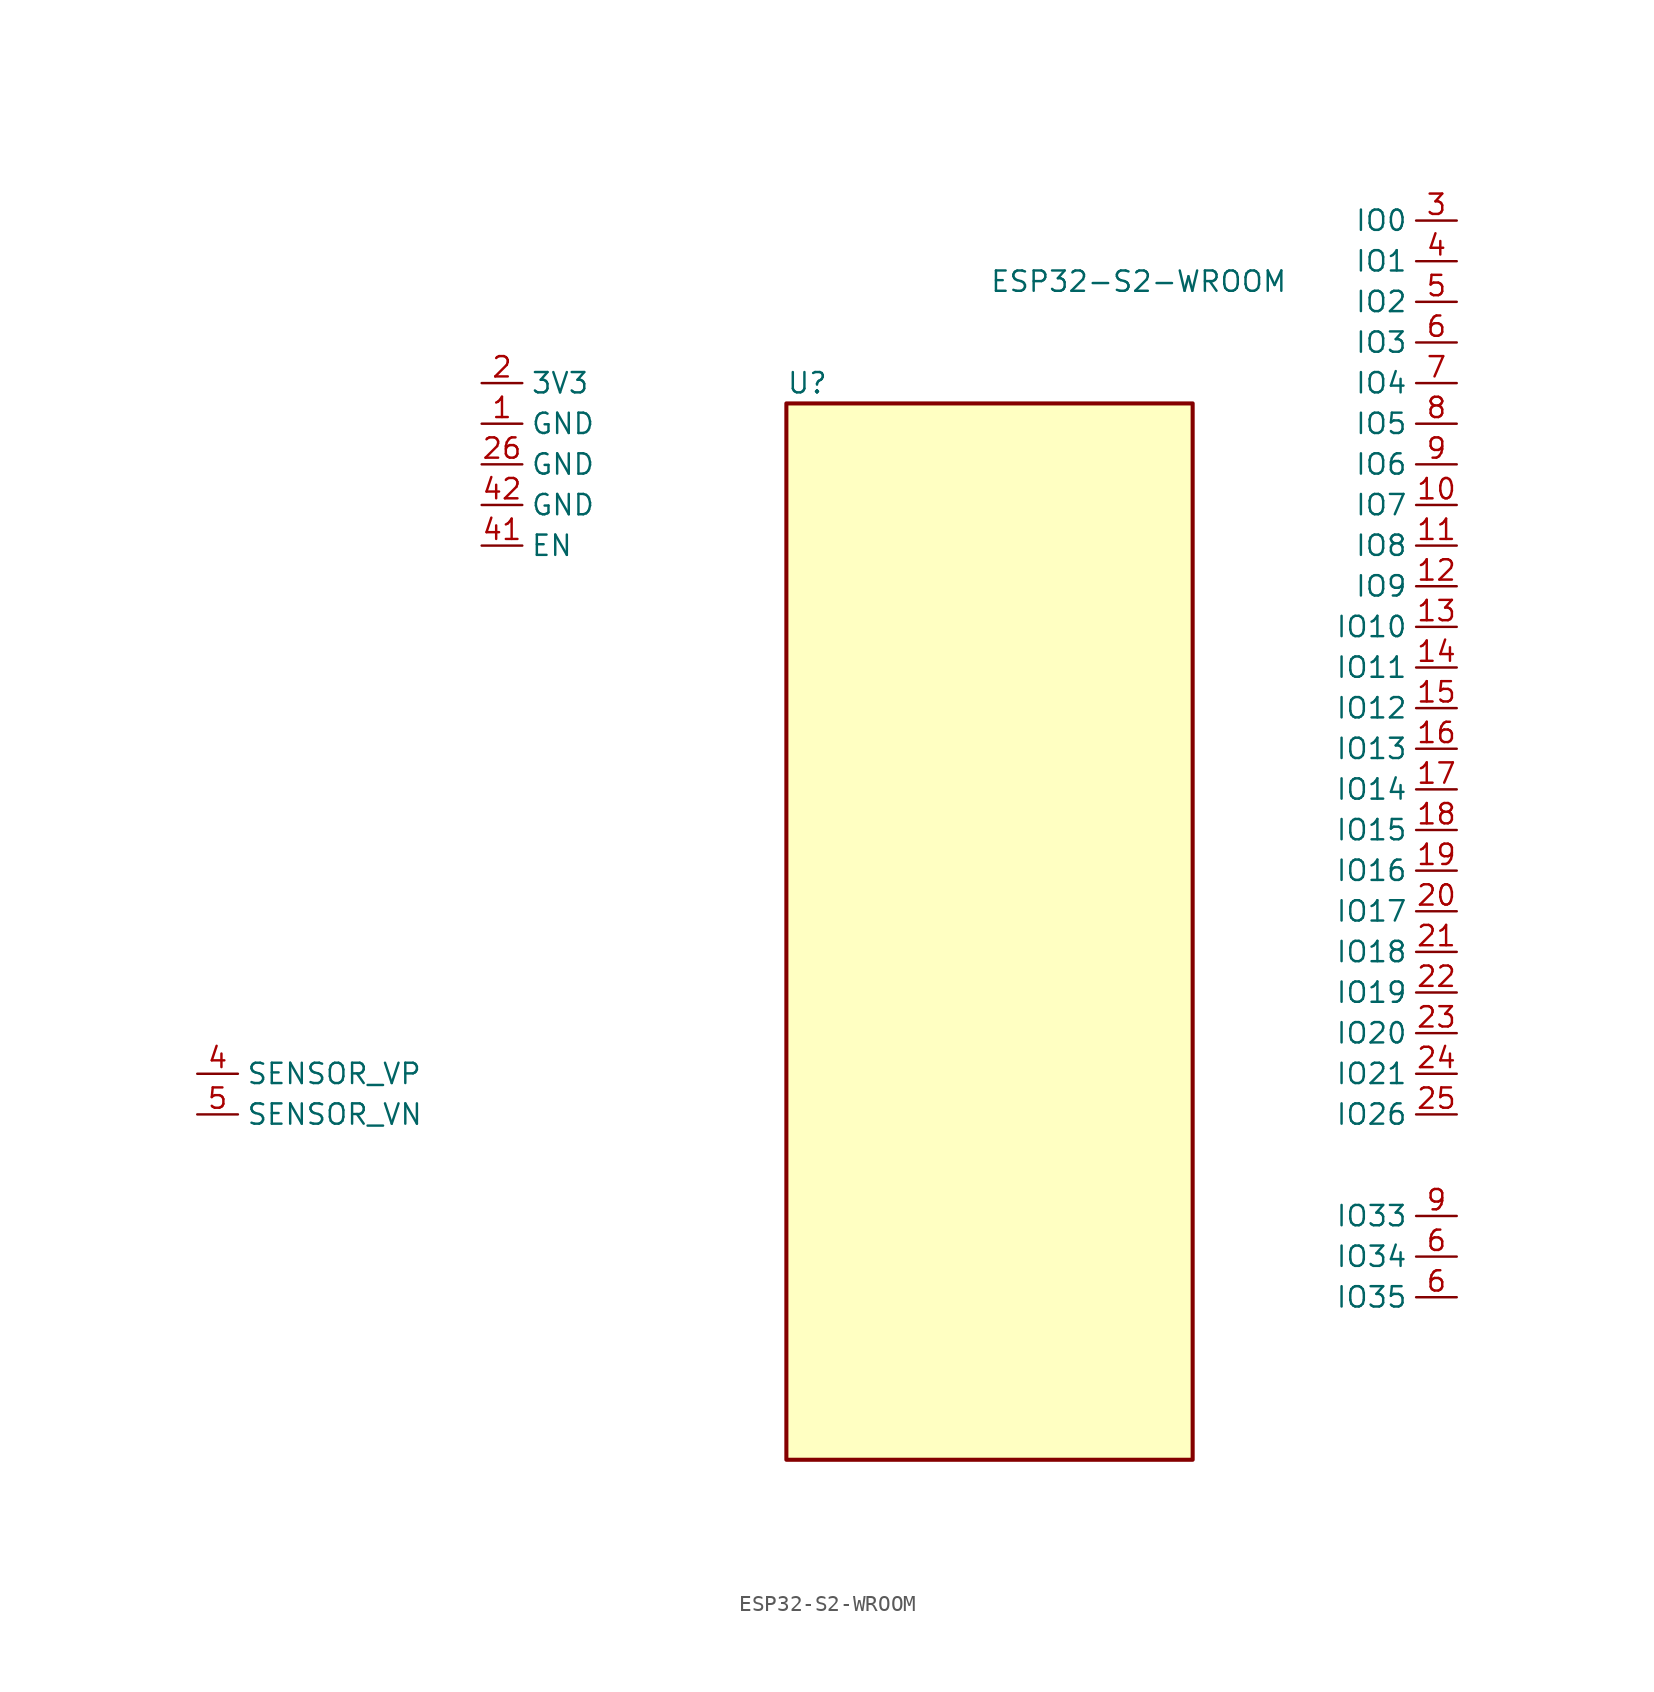
<source format=kicad_sym>
(kicad_symbol_lib
  (version 20201005)
  (generator kicad_symbol_editor)
  (symbol "ESP32-S2-WROOM"
    (property "Reference" "U"
      (at -12.7 34.29 0)
      (effects (font (size 1.27 1.27)) (justify left)))
    (property "Value" "ESP32-S2-WROOM"
      (at 0 40.64 0)
      (effects (font (size 1.27 1.27)) (justify left)))
    (symbol "ESP32-S2-WROOM_0_1"
      (rectangle (start -12.7 33.02) (end 12.7 -33.02) (stroke (width 0.254)) (fill (type background))))
    (symbol "ESP32-S2-WROOM_1_1"
      (pin power_in line (at -31.75 31.75 0) (length 2.54) (name "GND" (effects (font (size 1.27 1.27)))) (number "1" (effects (font (size 1.27 1.27)))))
      (pin bidirectional line (at 29.21 26.67 180) (length 2.54) (name "IO7" (effects (font (size 1.27 1.27)))) (number "10" (effects (font (size 1.27 1.27)))))
      (pin bidirectional line (at 29.21 24.13 180) (length 2.54) (name "IO8" (effects (font (size 1.27 1.27)))) (number "11" (effects (font (size 1.27 1.27)))))
      (pin bidirectional line (at 29.21 21.59 180) (length 2.54) (name "IO9" (effects (font (size 1.27 1.27)))) (number "12" (effects (font (size 1.27 1.27)))))
      (pin power_in line (at 29.21 19.05 180) (length 2.54) (name "IO10" (effects (font (size 1.27 1.27)))) (number "13" (effects (font (size 1.27 1.27)))))
      (pin bidirectional line (at 29.21 16.51 180) (length 2.54) (name "IO11" (effects (font (size 1.27 1.27)))) (number "14" (effects (font (size 1.27 1.27)))))
      (pin bidirectional line (at 29.21 13.97 180) (length 2.54) (name "IO12" (effects (font (size 1.27 1.27)))) (number "15" (effects (font (size 1.27 1.27)))))
      (pin bidirectional line (at 29.21 11.43 180) (length 2.54) (name "IO13" (effects (font (size 1.27 1.27)))) (number "16" (effects (font (size 1.27 1.27)))))
      (pin bidirectional line (at 29.21 8.89 180) (length 2.54) (name "IO14" (effects (font (size 1.27 1.27)))) (number "17" (effects (font (size 1.27 1.27)))))
      (pin bidirectional line (at 29.21 6.35 180) (length 2.54) (name "IO15" (effects (font (size 1.27 1.27)))) (number "18" (effects (font (size 1.27 1.27)))))
      (pin bidirectional line (at 29.21 3.81 180) (length 2.54) (name "IO16" (effects (font (size 1.27 1.27)))) (number "19" (effects (font (size 1.27 1.27)))))
      (pin power_in line (at -31.75 34.29 0) (length 2.54) (name "3V3" (effects (font (size 1.27 1.27)))) (number "2" (effects (font (size 1.27 1.27)))))
      (pin bidirectional line (at 29.21 1.27 180) (length 2.54) (name "IO17" (effects (font (size 1.27 1.27)))) (number "20" (effects (font (size 1.27 1.27)))))
      (pin bidirectional line (at 29.21 -1.27 180) (length 2.54) (name "IO18" (effects (font (size 1.27 1.27)))) (number "21" (effects (font (size 1.27 1.27)))))
      (pin bidirectional line (at 29.21 -3.81 180) (length 2.54) (name "IO19" (effects (font (size 1.27 1.27)))) (number "22" (effects (font (size 1.27 1.27)))))
      (pin power_in line (at 29.21 -6.35 180) (length 2.54) (name "IO20" (effects (font (size 1.27 1.27)))) (number "23" (effects (font (size 1.27 1.27)))))
      (pin bidirectional line (at 29.21 -8.89 180) (length 2.54) (name "IO21" (effects (font (size 1.27 1.27)))) (number "24" (effects (font (size 1.27 1.27)))))
      (pin bidirectional line (at 29.21 -11.43 180) (length 2.54) (name "IO26" (effects (font (size 1.27 1.27)))) (number "25" (effects (font (size 1.27 1.27)))))
      (pin power_in line (at -31.75 29.21 0) (length 2.54) (name "GND" (effects (font (size 1.27 1.27)))) (number "26" (effects (font (size 1.27 1.27)))))
      (pin bidirectional line (at 29.21 44.45 180) (length 2.54) (name "IO0" (effects (font (size 1.27 1.27)))) (number "3" (effects (font (size 1.27 1.27)))))
      (pin bidirectional line (at 29.21 41.91 180) (length 2.54) (name "IO1" (effects (font (size 1.27 1.27)))) (number "4" (effects (font (size 1.27 1.27)))))
      (pin input line (at -49.53 -8.89 0) (length 2.54) (name "SENSOR_VP" (effects (font (size 1.27 1.27)))) (number "4" (effects (font (size 1.27 1.27)))))
      (pin input line (at -31.75 24.13 0) (length 2.54) (name "EN" (effects (font (size 1.27 1.27)))) (number "41" (effects (font (size 1.27 1.27)))))
      (pin power_in line (at -31.75 26.67 0) (length 2.54) (name "GND" (effects (font (size 1.27 1.27)))) (number "42" (effects (font (size 1.27 1.27)))))
      (pin bidirectional line (at 29.21 39.37 180) (length 2.54) (name "IO2" (effects (font (size 1.27 1.27)))) (number "5" (effects (font (size 1.27 1.27)))))
      (pin input line (at -49.53 -11.43 0) (length 2.54) (name "SENSOR_VN" (effects (font (size 1.27 1.27)))) (number "5" (effects (font (size 1.27 1.27)))))
      (pin bidirectional line (at 29.21 36.83 180) (length 2.54) (name "IO3" (effects (font (size 1.27 1.27)))) (number "6" (effects (font (size 1.27 1.27)))))
      (pin input line (at 29.21 -20.32 180) (length 2.54) (name "IO34" (effects (font (size 1.27 1.27)))) (number "6" (effects (font (size 1.27 1.27)))))
      (pin input line (at 29.21 -22.86 180) (length 2.54) (name "IO35" (effects (font (size 1.27 1.27)))) (number "6" (effects (font (size 1.27 1.27)))))
      (pin bidirectional line (at 29.21 34.29 180) (length 2.54) (name "IO4" (effects (font (size 1.27 1.27)))) (number "7" (effects (font (size 1.27 1.27)))))
      (pin bidirectional line (at 29.21 31.75 180) (length 2.54) (name "IO5" (effects (font (size 1.27 1.27)))) (number "8" (effects (font (size 1.27 1.27)))))
      (pin bidirectional line (at 29.21 -17.78 180) (length 2.54) (name "IO33" (effects (font (size 1.27 1.27)))) (number "9" (effects (font (size 1.27 1.27)))))
      (pin bidirectional line (at 29.21 29.21 180) (length 2.54) (name "IO6" (effects (font (size 1.27 1.27)))) (number "9" (effects (font (size 1.27 1.27))))))))
</source>
